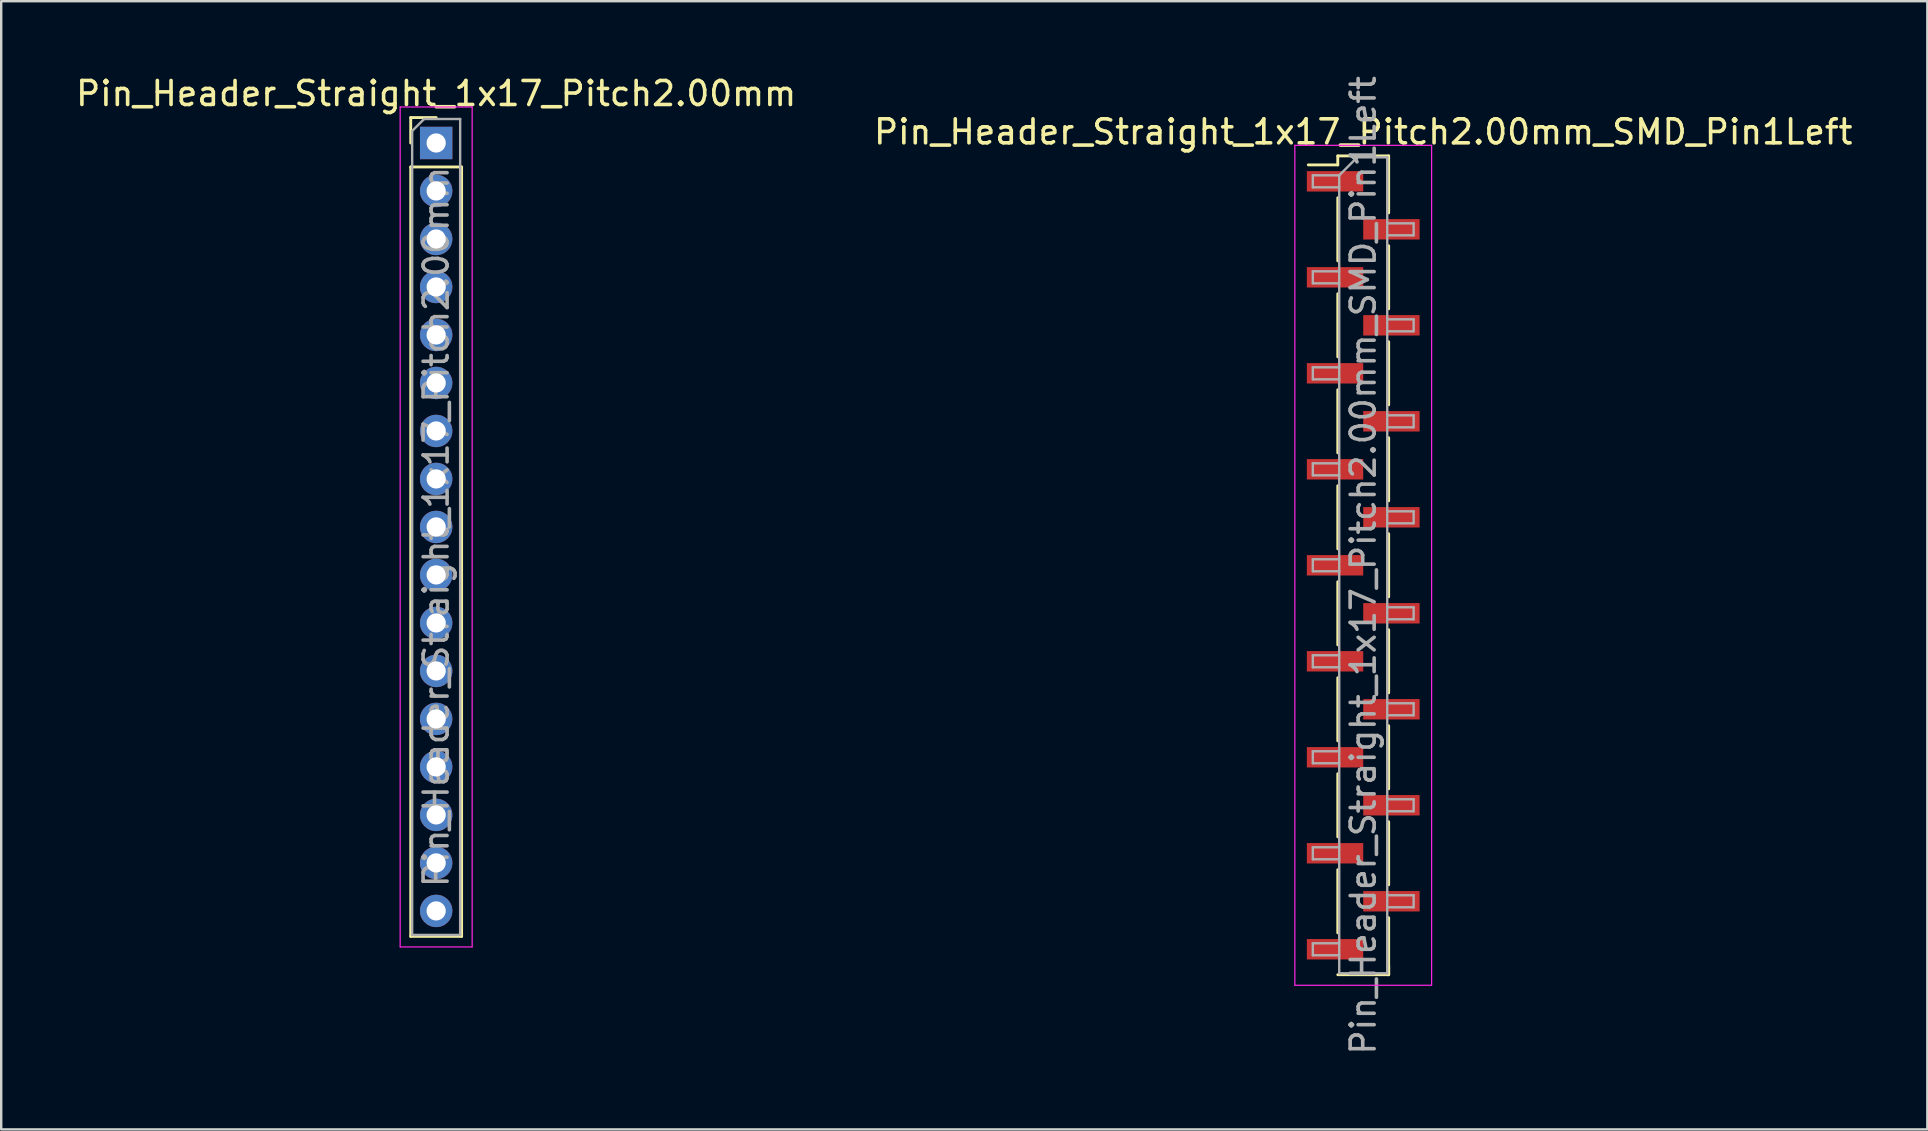
<source format=kicad_pcb>
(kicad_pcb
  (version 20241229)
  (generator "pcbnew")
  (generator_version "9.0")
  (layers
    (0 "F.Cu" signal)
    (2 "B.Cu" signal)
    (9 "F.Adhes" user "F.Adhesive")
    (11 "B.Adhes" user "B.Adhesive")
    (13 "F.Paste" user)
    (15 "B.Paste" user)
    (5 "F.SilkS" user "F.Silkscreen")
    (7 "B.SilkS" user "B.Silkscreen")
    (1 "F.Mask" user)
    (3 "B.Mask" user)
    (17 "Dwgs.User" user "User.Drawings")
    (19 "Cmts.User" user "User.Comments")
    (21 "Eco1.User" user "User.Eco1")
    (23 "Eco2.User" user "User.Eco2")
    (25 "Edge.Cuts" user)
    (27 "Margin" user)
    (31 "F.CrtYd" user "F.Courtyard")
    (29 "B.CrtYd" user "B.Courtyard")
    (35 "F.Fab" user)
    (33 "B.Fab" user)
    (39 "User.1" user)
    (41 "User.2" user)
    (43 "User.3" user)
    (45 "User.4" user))
  (footprint "Pin_Header_Straight_1x17_Pitch2.00mm"
    (layer "F.Cu")
    (at 15.125 2.908)
    (property "Reference" "Pin_Header_Straight_1x17_Pitch2.00mm" (at 0 -2.06 0) (layer "F.SilkS") (effects (font (size 1 1) (thickness 0.15))))
    (attr through_hole)
    (fp_line (start -1.06 -1.06) (end 0 -1.06) (stroke (width 0.12) (type solid)) (layer "F.SilkS"))
    (fp_line (start -1.06 0) (end -1.06 -1.06) (stroke (width 0.12) (type solid)) (layer "F.SilkS"))
    (fp_line (start -1.06 1) (end -1.06 33.06) (stroke (width 0.12) (type solid)) (layer "F.SilkS"))
    (fp_line (start -1.06 1) (end 1.06 1) (stroke (width 0.12) (type solid)) (layer "F.SilkS"))
    (fp_line (start -1.06 33.06) (end 1.06 33.06) (stroke (width 0.12) (type solid)) (layer "F.SilkS"))
    (fp_line (start 1.06 1) (end 1.06 33.06) (stroke (width 0.12) (type solid)) (layer "F.SilkS"))
    (fp_line (start -1.5 -1.5) (end -1.5 33.5) (stroke (width 0.05) (type solid)) (layer "F.CrtYd"))
    (fp_line (start -1.5 33.5) (end 1.5 33.5) (stroke (width 0.05) (type solid)) (layer "F.CrtYd"))
    (fp_line (start 1.5 -1.5) (end -1.5 -1.5) (stroke (width 0.05) (type solid)) (layer "F.CrtYd"))
    (fp_line (start 1.5 33.5) (end 1.5 -1.5) (stroke (width 0.05) (type solid)) (layer "F.CrtYd"))
    (fp_line (start -1 -0.5) (end -0.5 -1) (stroke (width 0.1) (type solid)) (layer "F.Fab"))
    (fp_line (start -1 33) (end -1 -0.5) (stroke (width 0.1) (type solid)) (layer "F.Fab"))
    (fp_line (start -0.5 -1) (end 1 -1) (stroke (width 0.1) (type solid)) (layer "F.Fab"))
    (fp_line (start 1 -1) (end 1 33) (stroke (width 0.1) (type solid)) (layer "F.Fab"))
    (fp_line (start 1 33) (end -1 33) (stroke (width 0.1) (type solid)) (layer "F.Fab"))
    (fp_text user "${REFERENCE}" (at 0 16 90) (layer "F.Fab") (effects (font (size 1 1) (thickness 0.15))))
    (pad "1" thru_hole rect (at 0 0) (size 1.35 1.35) (drill 0.8) (layers "*.Cu" "*.Mask"))
    (pad "2" thru_hole oval (at 0 2) (size 1.35 1.35) (drill 0.8) (layers "*.Cu" "*.Mask"))
    (pad "3" thru_hole oval (at 0 4) (size 1.35 1.35) (drill 0.8) (layers "*.Cu" "*.Mask"))
    (pad "4" thru_hole oval (at 0 6) (size 1.35 1.35) (drill 0.8) (layers "*.Cu" "*.Mask"))
    (pad "5" thru_hole oval (at 0 8) (size 1.35 1.35) (drill 0.8) (layers "*.Cu" "*.Mask"))
    (pad "6" thru_hole oval (at 0 10) (size 1.35 1.35) (drill 0.8) (layers "*.Cu" "*.Mask"))
    (pad "7" thru_hole oval (at 0 12) (size 1.35 1.35) (drill 0.8) (layers "*.Cu" "*.Mask"))
    (pad "8" thru_hole oval (at 0 14) (size 1.35 1.35) (drill 0.8) (layers "*.Cu" "*.Mask"))
    (pad "9" thru_hole oval (at 0 16) (size 1.35 1.35) (drill 0.8) (layers "*.Cu" "*.Mask"))
    (pad "10" thru_hole oval (at 0 18) (size 1.35 1.35) (drill 0.8) (layers "*.Cu" "*.Mask"))
    (pad "11" thru_hole oval (at 0 20) (size 1.35 1.35) (drill 0.8) (layers "*.Cu" "*.Mask"))
    (pad "12" thru_hole oval (at 0 22) (size 1.35 1.35) (drill 0.8) (layers "*.Cu" "*.Mask"))
    (pad "13" thru_hole oval (at 0 24) (size 1.35 1.35) (drill 0.8) (layers "*.Cu" "*.Mask"))
    (pad "14" thru_hole oval (at 0 26) (size 1.35 1.35) (drill 0.8) (layers "*.Cu" "*.Mask"))
    (pad "15" thru_hole oval (at 0 28) (size 1.35 1.35) (drill 0.8) (layers "*.Cu" "*.Mask"))
    (pad "16" thru_hole oval (at 0 30) (size 1.35 1.35) (drill 0.8) (layers "*.Cu" "*.Mask"))
    (pad "17" thru_hole oval (at 0 32) (size 1.35 1.35) (drill 0.8) (layers "*.Cu" "*.Mask")))
  (footprint "Pin_Header_Straight_1x17_Pitch2.00mm_SMD_Pin1Left"
    (layer "F.Cu")
    (at 53.756 20.506)
    (property "Reference" "Pin_Header_Straight_1x17_Pitch2.00mm_SMD_Pin1Left" (at 0 -18.06 0) (layer "F.SilkS") (effects (font (size 1 1) (thickness 0.15))))
    (attr smd)
    (fp_line (start -1.06 -17.06) (end -1.06 -16.685) (stroke (width 0.12) (type solid)) (layer "F.SilkS"))
    (fp_line (start -1.06 -17.06) (end 1.06 -17.06) (stroke (width 0.12) (type solid)) (layer "F.SilkS"))
    (fp_line (start -1.06 -16.685) (end -2.29 -16.685) (stroke (width 0.12) (type solid)) (layer "F.SilkS"))
    (fp_line (start -1.06 -15.315) (end -1.06 -12.685) (stroke (width 0.12) (type solid)) (layer "F.SilkS"))
    (fp_line (start -1.06 -11.315) (end -1.06 -8.685) (stroke (width 0.12) (type solid)) (layer "F.SilkS"))
    (fp_line (start -1.06 -7.315) (end -1.06 -4.685) (stroke (width 0.12) (type solid)) (layer "F.SilkS"))
    (fp_line (start -1.06 -3.315) (end -1.06 -0.685) (stroke (width 0.12) (type solid)) (layer "F.SilkS"))
    (fp_line (start -1.06 0.685) (end -1.06 3.315) (stroke (width 0.12) (type solid)) (layer "F.SilkS"))
    (fp_line (start -1.06 4.685) (end -1.06 7.315) (stroke (width 0.12) (type solid)) (layer "F.SilkS"))
    (fp_line (start -1.06 8.685) (end -1.06 11.315) (stroke (width 0.12) (type solid)) (layer "F.SilkS"))
    (fp_line (start -1.06 12.685) (end -1.06 15.315) (stroke (width 0.12) (type solid)) (layer "F.SilkS"))
    (fp_line (start -1.06 17.06) (end 1.06 17.06) (stroke (width 0.12) (type solid)) (layer "F.SilkS"))
    (fp_line (start 1.06 -17.06) (end 1.06 -14.685) (stroke (width 0.12) (type solid)) (layer "F.SilkS"))
    (fp_line (start 1.06 -13.315) (end 1.06 -10.685) (stroke (width 0.12) (type solid)) (layer "F.SilkS"))
    (fp_line (start 1.06 -9.315) (end 1.06 -6.685) (stroke (width 0.12) (type solid)) (layer "F.SilkS"))
    (fp_line (start 1.06 -5.315) (end 1.06 -2.685) (stroke (width 0.12) (type solid)) (layer "F.SilkS"))
    (fp_line (start 1.06 -1.315) (end 1.06 1.315) (stroke (width 0.12) (type solid)) (layer "F.SilkS"))
    (fp_line (start 1.06 2.685) (end 1.06 5.315) (stroke (width 0.12) (type solid)) (layer "F.SilkS"))
    (fp_line (start 1.06 6.685) (end 1.06 9.315) (stroke (width 0.12) (type solid)) (layer "F.SilkS"))
    (fp_line (start 1.06 10.685) (end 1.06 13.315) (stroke (width 0.12) (type solid)) (layer "F.SilkS"))
    (fp_line (start 1.06 14.685) (end 1.06 17.06) (stroke (width 0.12) (type solid)) (layer "F.SilkS"))
    (fp_line (start 1.06 16.685) (end 1.06 17.06) (stroke (width 0.12) (type solid)) (layer "F.SilkS"))
    (fp_line (start -2.85 -17.5) (end -2.85 17.5) (stroke (width 0.05) (type solid)) (layer "F.CrtYd"))
    (fp_line (start -2.85 17.5) (end 2.85 17.5) (stroke (width 0.05) (type solid)) (layer "F.CrtYd"))
    (fp_line (start 2.85 -17.5) (end -2.85 -17.5) (stroke (width 0.05) (type solid)) (layer "F.CrtYd"))
    (fp_line (start 2.85 17.5) (end 2.85 -17.5) (stroke (width 0.05) (type solid)) (layer "F.CrtYd"))
    (fp_line (start -2.1 -16.25) (end -2.1 -15.75) (stroke (width 0.1) (type solid)) (layer "F.Fab"))
    (fp_line (start -2.1 -15.75) (end -1 -15.75) (stroke (width 0.1) (type solid)) (layer "F.Fab"))
    (fp_line (start -2.1 -12.25) (end -2.1 -11.75) (stroke (width 0.1) (type solid)) (layer "F.Fab"))
    (fp_line (start -2.1 -11.75) (end -1 -11.75) (stroke (width 0.1) (type solid)) (layer "F.Fab"))
    (fp_line (start -2.1 -8.25) (end -2.1 -7.75) (stroke (width 0.1) (type solid)) (layer "F.Fab"))
    (fp_line (start -2.1 -7.75) (end -1 -7.75) (stroke (width 0.1) (type solid)) (layer "F.Fab"))
    (fp_line (start -2.1 -4.25) (end -2.1 -3.75) (stroke (width 0.1) (type solid)) (layer "F.Fab"))
    (fp_line (start -2.1 -3.75) (end -1 -3.75) (stroke (width 0.1) (type solid)) (layer "F.Fab"))
    (fp_line (start -2.1 -0.25) (end -2.1 0.25) (stroke (width 0.1) (type solid)) (layer "F.Fab"))
    (fp_line (start -2.1 0.25) (end -1 0.25) (stroke (width 0.1) (type solid)) (layer "F.Fab"))
    (fp_line (start -2.1 3.75) (end -2.1 4.25) (stroke (width 0.1) (type solid)) (layer "F.Fab"))
    (fp_line (start -2.1 4.25) (end -1 4.25) (stroke (width 0.1) (type solid)) (layer "F.Fab"))
    (fp_line (start -2.1 7.75) (end -2.1 8.25) (stroke (width 0.1) (type solid)) (layer "F.Fab"))
    (fp_line (start -2.1 8.25) (end -1 8.25) (stroke (width 0.1) (type solid)) (layer "F.Fab"))
    (fp_line (start -2.1 11.75) (end -2.1 12.25) (stroke (width 0.1) (type solid)) (layer "F.Fab"))
    (fp_line (start -2.1 12.25) (end -1 12.25) (stroke (width 0.1) (type solid)) (layer "F.Fab"))
    (fp_line (start -2.1 15.75) (end -2.1 16.25) (stroke (width 0.1) (type solid)) (layer "F.Fab"))
    (fp_line (start -2.1 16.25) (end -1 16.25) (stroke (width 0.1) (type solid)) (layer "F.Fab"))
    (fp_line (start -1 -16.25) (end -2.1 -16.25) (stroke (width 0.1) (type solid)) (layer "F.Fab"))
    (fp_line (start -1 -16.25) (end -0.25 -17) (stroke (width 0.1) (type solid)) (layer "F.Fab"))
    (fp_line (start -1 -12.25) (end -2.1 -12.25) (stroke (width 0.1) (type solid)) (layer "F.Fab"))
    (fp_line (start -1 -8.25) (end -2.1 -8.25) (stroke (width 0.1) (type solid)) (layer "F.Fab"))
    (fp_line (start -1 -4.25) (end -2.1 -4.25) (stroke (width 0.1) (type solid)) (layer "F.Fab"))
    (fp_line (start -1 -0.25) (end -2.1 -0.25) (stroke (width 0.1) (type solid)) (layer "F.Fab"))
    (fp_line (start -1 3.75) (end -2.1 3.75) (stroke (width 0.1) (type solid)) (layer "F.Fab"))
    (fp_line (start -1 7.75) (end -2.1 7.75) (stroke (width 0.1) (type solid)) (layer "F.Fab"))
    (fp_line (start -1 11.75) (end -2.1 11.75) (stroke (width 0.1) (type solid)) (layer "F.Fab"))
    (fp_line (start -1 15.75) (end -2.1 15.75) (stroke (width 0.1) (type solid)) (layer "F.Fab"))
    (fp_line (start -1 17) (end -1 -16.25) (stroke (width 0.1) (type solid)) (layer "F.Fab"))
    (fp_line (start -0.25 -17) (end 1 -17) (stroke (width 0.1) (type solid)) (layer "F.Fab"))
    (fp_line (start 1 -17) (end 1 17) (stroke (width 0.1) (type solid)) (layer "F.Fab"))
    (fp_line (start 1 -14.25) (end 2.1 -14.25) (stroke (width 0.1) (type solid)) (layer "F.Fab"))
    (fp_line (start 1 -10.25) (end 2.1 -10.25) (stroke (width 0.1) (type solid)) (layer "F.Fab"))
    (fp_line (start 1 -6.25) (end 2.1 -6.25) (stroke (width 0.1) (type solid)) (layer "F.Fab"))
    (fp_line (start 1 -2.25) (end 2.1 -2.25) (stroke (width 0.1) (type solid)) (layer "F.Fab"))
    (fp_line (start 1 1.75) (end 2.1 1.75) (stroke (width 0.1) (type solid)) (layer "F.Fab"))
    (fp_line (start 1 5.75) (end 2.1 5.75) (stroke (width 0.1) (type solid)) (layer "F.Fab"))
    (fp_line (start 1 9.75) (end 2.1 9.75) (stroke (width 0.1) (type solid)) (layer "F.Fab"))
    (fp_line (start 1 13.75) (end 2.1 13.75) (stroke (width 0.1) (type solid)) (layer "F.Fab"))
    (fp_line (start 1 17) (end -1 17) (stroke (width 0.1) (type solid)) (layer "F.Fab"))
    (fp_line (start 2.1 -14.25) (end 2.1 -13.75) (stroke (width 0.1) (type solid)) (layer "F.Fab"))
    (fp_line (start 2.1 -13.75) (end 1 -13.75) (stroke (width 0.1) (type solid)) (layer "F.Fab"))
    (fp_line (start 2.1 -10.25) (end 2.1 -9.75) (stroke (width 0.1) (type solid)) (layer "F.Fab"))
    (fp_line (start 2.1 -9.75) (end 1 -9.75) (stroke (width 0.1) (type solid)) (layer "F.Fab"))
    (fp_line (start 2.1 -6.25) (end 2.1 -5.75) (stroke (width 0.1) (type solid)) (layer "F.Fab"))
    (fp_line (start 2.1 -5.75) (end 1 -5.75) (stroke (width 0.1) (type solid)) (layer "F.Fab"))
    (fp_line (start 2.1 -2.25) (end 2.1 -1.75) (stroke (width 0.1) (type solid)) (layer "F.Fab"))
    (fp_line (start 2.1 -1.75) (end 1 -1.75) (stroke (width 0.1) (type solid)) (layer "F.Fab"))
    (fp_line (start 2.1 1.75) (end 2.1 2.25) (stroke (width 0.1) (type solid)) (layer "F.Fab"))
    (fp_line (start 2.1 2.25) (end 1 2.25) (stroke (width 0.1) (type solid)) (layer "F.Fab"))
    (fp_line (start 2.1 5.75) (end 2.1 6.25) (stroke (width 0.1) (type solid)) (layer "F.Fab"))
    (fp_line (start 2.1 6.25) (end 1 6.25) (stroke (width 0.1) (type solid)) (layer "F.Fab"))
    (fp_line (start 2.1 9.75) (end 2.1 10.25) (stroke (width 0.1) (type solid)) (layer "F.Fab"))
    (fp_line (start 2.1 10.25) (end 1 10.25) (stroke (width 0.1) (type solid)) (layer "F.Fab"))
    (fp_line (start 2.1 13.75) (end 2.1 14.25) (stroke (width 0.1) (type solid)) (layer "F.Fab"))
    (fp_line (start 2.1 14.25) (end 1 14.25) (stroke (width 0.1) (type solid)) (layer "F.Fab"))
    (fp_text user "${REFERENCE}" (at 0 0 90) (layer "F.Fab") (effects (font (size 1 1) (thickness 0.15))))
    (pad "1" smd rect (at -1.175 -16) (size 2.35 0.85) (layers "F.Cu" "F.Mask" "F.Paste"))
    (pad "2" smd rect (at 1.175 -14) (size 2.35 0.85) (layers "F.Cu" "F.Mask" "F.Paste"))
    (pad "3" smd rect (at -1.175 -12) (size 2.35 0.85) (layers "F.Cu" "F.Mask" "F.Paste"))
    (pad "4" smd rect (at 1.175 -10) (size 2.35 0.85) (layers "F.Cu" "F.Mask" "F.Paste"))
    (pad "5" smd rect (at -1.175 -8) (size 2.35 0.85) (layers "F.Cu" "F.Mask" "F.Paste"))
    (pad "6" smd rect (at 1.175 -6) (size 2.35 0.85) (layers "F.Cu" "F.Mask" "F.Paste"))
    (pad "7" smd rect (at -1.175 -4) (size 2.35 0.85) (layers "F.Cu" "F.Mask" "F.Paste"))
    (pad "8" smd rect (at 1.175 -2) (size 2.35 0.85) (layers "F.Cu" "F.Mask" "F.Paste"))
    (pad "9" smd rect (at -1.175 0) (size 2.35 0.85) (layers "F.Cu" "F.Mask" "F.Paste"))
    (pad "10" smd rect (at 1.175 2) (size 2.35 0.85) (layers "F.Cu" "F.Mask" "F.Paste"))
    (pad "11" smd rect (at -1.175 4) (size 2.35 0.85) (layers "F.Cu" "F.Mask" "F.Paste"))
    (pad "12" smd rect (at 1.175 6) (size 2.35 0.85) (layers "F.Cu" "F.Mask" "F.Paste"))
    (pad "13" smd rect (at -1.175 8) (size 2.35 0.85) (layers "F.Cu" "F.Mask" "F.Paste"))
    (pad "14" smd rect (at 1.175 10) (size 2.35 0.85) (layers "F.Cu" "F.Mask" "F.Paste"))
    (pad "15" smd rect (at -1.175 12) (size 2.35 0.85) (layers "F.Cu" "F.Mask" "F.Paste"))
    (pad "16" smd rect (at 1.175 14) (size 2.35 0.85) (layers "F.Cu" "F.Mask" "F.Paste"))
    (pad "17" smd rect (at -1.175 16) (size 2.35 0.85) (layers "F.Cu" "F.Mask" "F.Paste")))
  (gr_rect
    (start -3 -3)
    (end 77.262 44.012)
    (stroke (width 0.1) (type default))
    (fill no)
    (layer "Edge.Cuts")))
</source>
